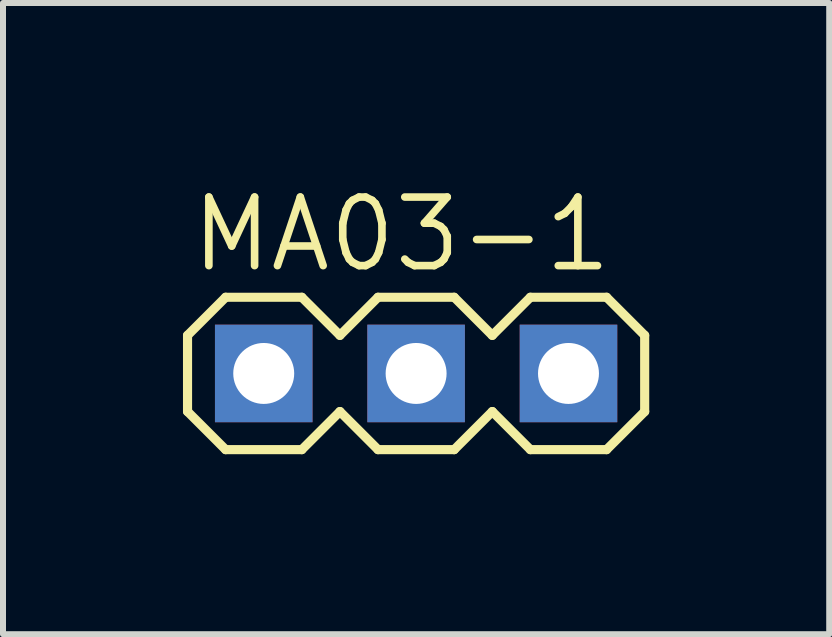
<source format=kicad_pcb>
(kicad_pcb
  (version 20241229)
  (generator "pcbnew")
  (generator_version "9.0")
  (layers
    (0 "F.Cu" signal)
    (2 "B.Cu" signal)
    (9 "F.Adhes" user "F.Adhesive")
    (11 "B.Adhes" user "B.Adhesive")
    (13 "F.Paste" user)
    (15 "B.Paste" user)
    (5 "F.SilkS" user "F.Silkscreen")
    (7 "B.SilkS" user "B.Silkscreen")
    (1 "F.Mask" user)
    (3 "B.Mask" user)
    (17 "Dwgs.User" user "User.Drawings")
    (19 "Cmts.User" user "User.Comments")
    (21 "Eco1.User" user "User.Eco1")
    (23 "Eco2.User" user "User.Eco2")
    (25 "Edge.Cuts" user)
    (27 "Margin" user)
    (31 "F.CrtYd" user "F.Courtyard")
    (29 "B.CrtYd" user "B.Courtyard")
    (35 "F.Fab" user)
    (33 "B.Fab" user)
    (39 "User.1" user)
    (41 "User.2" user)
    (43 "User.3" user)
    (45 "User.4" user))
  (footprint "MA03-1"
    (layer "F.Cu")
    (at 3.886 3.175)
    (property "Reference" "MA03-1" (at -3.81 -1.651 0) (unlocked yes) (layer "F.SilkS") (effects (font (size 1.143 1.143) (thickness 0.127)) (justify left bottom)))
    (fp_line (start -3.81 -0.635) (end -3.81 0.635) (stroke (width 0.152) (type solid)) (layer "F.SilkS"))
    (fp_line (start -3.81 0.635) (end -3.175 1.27) (stroke (width 0.152) (type solid)) (layer "F.SilkS"))
    (fp_line (start -3.175 -1.27) (end -3.81 -0.635) (stroke (width 0.152) (type solid)) (layer "F.SilkS"))
    (fp_line (start -3.175 -1.27) (end -1.905 -1.27) (stroke (width 0.152) (type solid)) (layer "F.SilkS"))
    (fp_line (start -1.905 -1.27) (end -1.27 -0.635) (stroke (width 0.152) (type solid)) (layer "F.SilkS"))
    (fp_line (start -1.905 1.27) (end -3.175 1.27) (stroke (width 0.152) (type solid)) (layer "F.SilkS"))
    (fp_line (start -1.27 -0.635) (end -0.635 -1.27) (stroke (width 0.152) (type solid)) (layer "F.SilkS"))
    (fp_line (start -1.27 0.635) (end -1.905 1.27) (stroke (width 0.152) (type solid)) (layer "F.SilkS"))
    (fp_line (start -0.635 -1.27) (end 0.635 -1.27) (stroke (width 0.152) (type solid)) (layer "F.SilkS"))
    (fp_line (start -0.635 1.27) (end -1.27 0.635) (stroke (width 0.152) (type solid)) (layer "F.SilkS"))
    (fp_line (start 0.635 -1.27) (end 1.27 -0.635) (stroke (width 0.152) (type solid)) (layer "F.SilkS"))
    (fp_line (start 0.635 1.27) (end -0.635 1.27) (stroke (width 0.152) (type solid)) (layer "F.SilkS"))
    (fp_line (start 1.27 -0.635) (end 1.905 -1.27) (stroke (width 0.152) (type solid)) (layer "F.SilkS"))
    (fp_line (start 1.27 0.635) (end 0.635 1.27) (stroke (width 0.152) (type solid)) (layer "F.SilkS"))
    (fp_line (start 1.905 -1.27) (end 3.175 -1.27) (stroke (width 0.152) (type solid)) (layer "F.SilkS"))
    (fp_line (start 1.905 1.27) (end 1.27 0.635) (stroke (width 0.152) (type solid)) (layer "F.SilkS"))
    (fp_line (start 3.175 -1.27) (end 3.81 -0.635) (stroke (width 0.152) (type solid)) (layer "F.SilkS"))
    (fp_line (start 3.175 1.27) (end 1.905 1.27) (stroke (width 0.152) (type solid)) (layer "F.SilkS"))
    (fp_line (start 3.81 -0.635) (end 3.81 0.635) (stroke (width 0.152) (type solid)) (layer "F.SilkS"))
    (fp_line (start 3.81 0.635) (end 3.175 1.27) (stroke (width 0.152) (type solid)) (layer "F.SilkS"))
    (fp_poly (pts (xy -2.794 0.254) (xy -2.286 0.254) (xy -2.286 -0.254) (xy -2.794 -0.254)) (stroke (width 0.1) (type default)) (fill no) (layer "F.Fab"))
    (fp_poly (pts (xy -0.254 0.254) (xy 0.254 0.254) (xy 0.254 -0.254) (xy -0.254 -0.254)) (stroke (width 0.1) (type default)) (fill no) (layer "F.Fab"))
    (fp_poly (pts (xy 2.286 0.254) (xy 2.794 0.254) (xy 2.794 -0.254) (xy 2.286 -0.254)) (stroke (width 0.1) (type default)) (fill no) (layer "F.Fab"))
    (pad "1" thru_hole rect (at -2.54 0 90) (size 1.626 1.626) (drill 1.016) (layers "*.Cu" "*.Mask"))
    (pad "2" thru_hole rect (at 0 0 90) (size 1.626 1.626) (drill 1.016) (layers "*.Cu" "*.Mask"))
    (pad "3" thru_hole rect (at 2.54 0 90) (size 1.626 1.626) (drill 1.016) (layers "*.Cu" "*.Mask")))
  (gr_rect
    (start -3 -3)
    (end 10.772 7.521)
    (stroke (width 0.1) (type default))
    (fill no)
    (layer "Edge.Cuts")))
</source>
